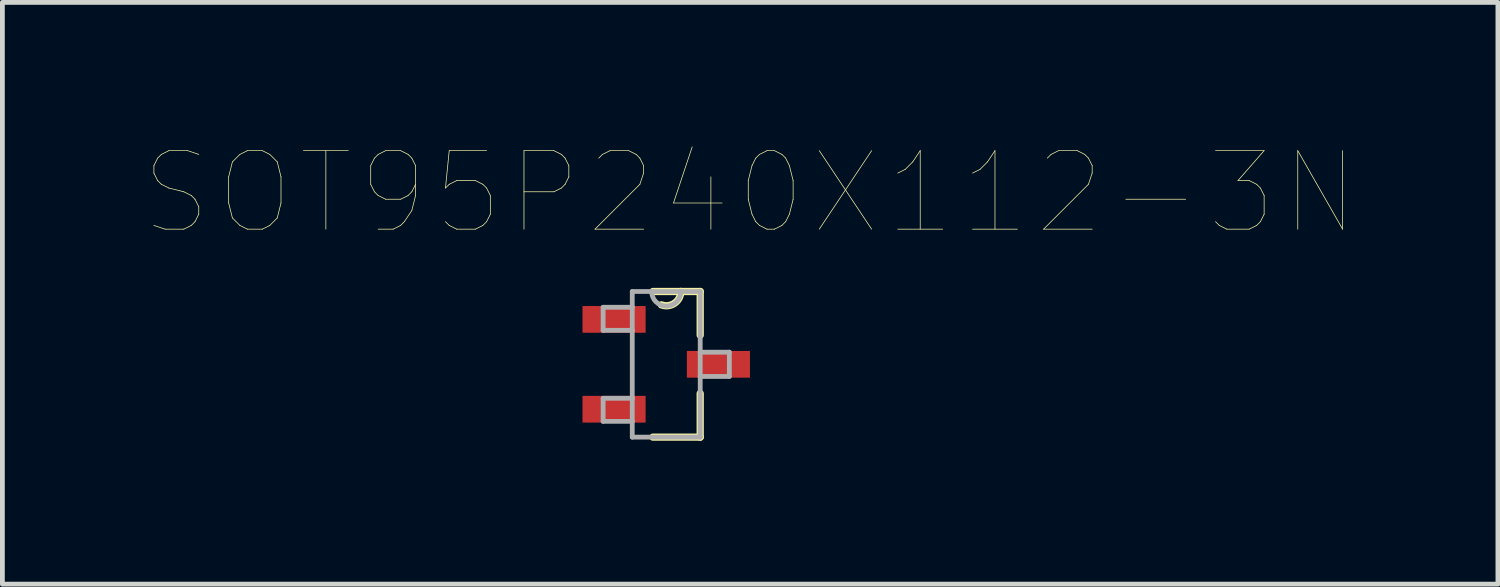
<source format=kicad_pcb>
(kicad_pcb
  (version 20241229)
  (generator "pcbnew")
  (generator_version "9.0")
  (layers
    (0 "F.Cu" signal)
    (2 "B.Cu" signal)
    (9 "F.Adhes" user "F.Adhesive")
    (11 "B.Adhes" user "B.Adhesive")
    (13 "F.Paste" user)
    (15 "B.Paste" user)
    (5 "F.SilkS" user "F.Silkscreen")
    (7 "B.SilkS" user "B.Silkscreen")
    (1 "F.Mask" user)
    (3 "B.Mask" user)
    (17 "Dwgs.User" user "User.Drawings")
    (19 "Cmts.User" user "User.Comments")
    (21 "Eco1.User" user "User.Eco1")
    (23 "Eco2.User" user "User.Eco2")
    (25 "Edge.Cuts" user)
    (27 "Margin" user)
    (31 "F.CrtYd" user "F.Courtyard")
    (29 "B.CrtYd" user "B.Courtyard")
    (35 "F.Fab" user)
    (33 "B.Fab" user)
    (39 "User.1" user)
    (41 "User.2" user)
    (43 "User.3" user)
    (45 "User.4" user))
  (footprint "SOT95P240X112-3N"
    (layer "F.Cu")
    (at 10.894 4.575)
    (property "Reference" "SOT95P240X112-3N" (at 1.756 -3.588 0) (layer "F.SilkS") (effects (font (size 1.643 1.643) (thickness 0.015))))
    (attr through_hole)
    (fp_line (start -0.279 1.524) (end 0.711 1.524) (stroke (width 0.152) (type solid)) (layer "F.SilkS"))
    (fp_line (start 0.305 -1.524) (end -0.279 -1.524) (stroke (width 0.152) (type solid)) (layer "F.SilkS"))
    (fp_line (start 0.711 -1.524) (end 0.305 -1.524) (stroke (width 0.152) (type solid)) (layer "F.SilkS"))
    (fp_line (start 0.711 -0.61) (end 0.711 -1.524) (stroke (width 0.152) (type solid)) (layer "F.SilkS"))
    (fp_line (start 0.711 1.524) (end 0.711 0.61) (stroke (width 0.152) (type solid)) (layer "F.SilkS"))
    (fp_arc (start 0.3048 -1.524) (mid 0.174323 -1.278521) (end -0.1016 -1.2446) (stroke (width 0.1524) (type solid)) (layer "F.SilkS"))
    (fp_line (start -1.321 -1.194) (end -1.321 -0.711) (stroke (width 0.1) (type solid)) (layer "F.Fab"))
    (fp_line (start -1.321 -0.711) (end -0.711 -0.711) (stroke (width 0.1) (type solid)) (layer "F.Fab"))
    (fp_line (start -1.321 0.711) (end -1.321 1.194) (stroke (width 0.1) (type solid)) (layer "F.Fab"))
    (fp_line (start -1.321 1.194) (end -0.711 1.194) (stroke (width 0.1) (type solid)) (layer "F.Fab"))
    (fp_line (start -0.711 -1.524) (end -0.711 -1.194) (stroke (width 0.1) (type solid)) (layer "F.Fab"))
    (fp_line (start -0.711 -1.194) (end -1.321 -1.194) (stroke (width 0.1) (type solid)) (layer "F.Fab"))
    (fp_line (start -0.711 -1.194) (end -0.711 -0.711) (stroke (width 0.1) (type solid)) (layer "F.Fab"))
    (fp_line (start -0.711 -0.711) (end -0.711 0.711) (stroke (width 0.1) (type solid)) (layer "F.Fab"))
    (fp_line (start -0.711 0.711) (end -1.321 0.711) (stroke (width 0.1) (type solid)) (layer "F.Fab"))
    (fp_line (start -0.711 1.194) (end -0.711 0.711) (stroke (width 0.1) (type solid)) (layer "F.Fab"))
    (fp_line (start -0.711 1.524) (end -0.711 1.194) (stroke (width 0.1) (type solid)) (layer "F.Fab"))
    (fp_line (start -0.711 1.524) (end 0.711 1.524) (stroke (width 0.1) (type solid)) (layer "F.Fab"))
    (fp_line (start -0.305 -1.524) (end -0.711 -1.524) (stroke (width 0.1) (type solid)) (layer "F.Fab"))
    (fp_line (start 0.305 -1.524) (end -0.305 -1.524) (stroke (width 0.1) (type solid)) (layer "F.Fab"))
    (fp_line (start 0.711 -1.524) (end 0.305 -1.524) (stroke (width 0.1) (type solid)) (layer "F.Fab"))
    (fp_line (start 0.711 -0.254) (end 0.711 -1.524) (stroke (width 0.1) (type solid)) (layer "F.Fab"))
    (fp_line (start 0.711 0.254) (end 0.711 -0.254) (stroke (width 0.1) (type solid)) (layer "F.Fab"))
    (fp_line (start 0.711 0.254) (end 1.321 0.254) (stroke (width 0.1) (type solid)) (layer "F.Fab"))
    (fp_line (start 0.711 1.524) (end 0.711 0.254) (stroke (width 0.1) (type solid)) (layer "F.Fab"))
    (fp_line (start 1.321 -0.254) (end 0.711 -0.254) (stroke (width 0.1) (type solid)) (layer "F.Fab"))
    (fp_line (start 1.321 0.254) (end 1.321 -0.254) (stroke (width 0.1) (type solid)) (layer "F.Fab"))
    (fp_arc (start 0.3048 -1.524) (mid 0 -1.2192) (end -0.3048 -1.524) (stroke (width 0.1) (type solid)) (layer "F.Fab"))
    (pad "1" smd rect (at -1.092 -0.94) (size 1.321 0.559) (layers "F.Cu" "F.Mask" "F.Paste"))
    (pad "2" smd rect (at -1.092 0.94) (size 1.321 0.559) (layers "F.Cu" "F.Mask" "F.Paste"))
    (pad "3" smd rect (at 1.092 0) (size 1.321 0.559) (layers "F.Cu" "F.Mask" "F.Paste")))
  (gr_rect
    (start -3 -3)
    (end 28.301 9.176)
    (stroke (width 0.1) (type default))
    (fill no)
    (layer "Edge.Cuts")))
</source>
